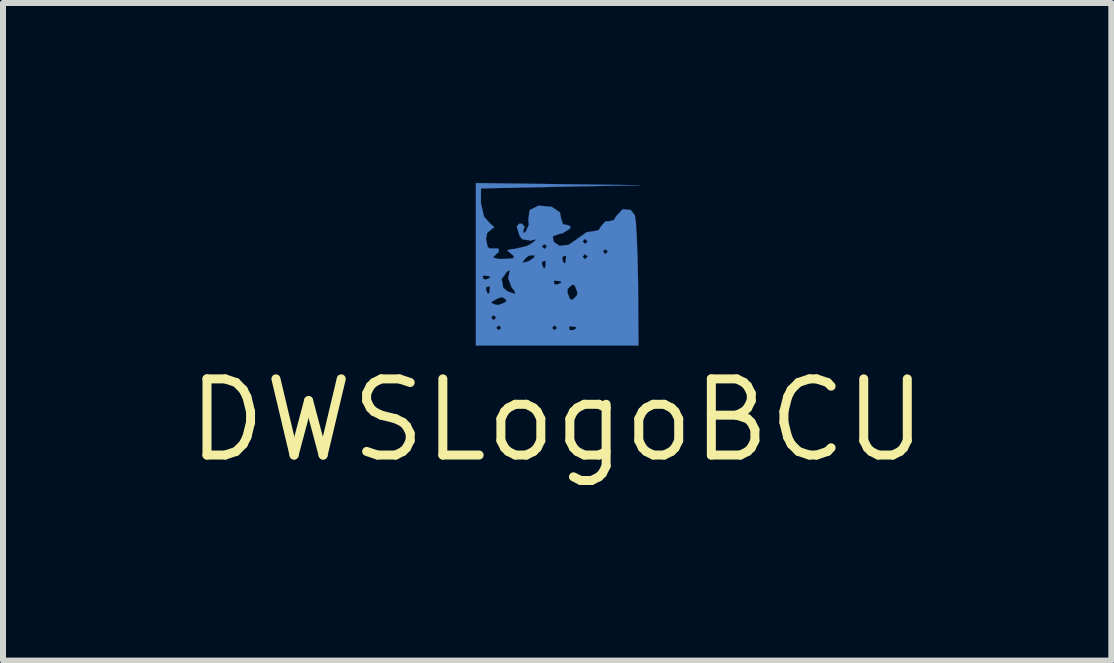
<source format=kicad_pcb>
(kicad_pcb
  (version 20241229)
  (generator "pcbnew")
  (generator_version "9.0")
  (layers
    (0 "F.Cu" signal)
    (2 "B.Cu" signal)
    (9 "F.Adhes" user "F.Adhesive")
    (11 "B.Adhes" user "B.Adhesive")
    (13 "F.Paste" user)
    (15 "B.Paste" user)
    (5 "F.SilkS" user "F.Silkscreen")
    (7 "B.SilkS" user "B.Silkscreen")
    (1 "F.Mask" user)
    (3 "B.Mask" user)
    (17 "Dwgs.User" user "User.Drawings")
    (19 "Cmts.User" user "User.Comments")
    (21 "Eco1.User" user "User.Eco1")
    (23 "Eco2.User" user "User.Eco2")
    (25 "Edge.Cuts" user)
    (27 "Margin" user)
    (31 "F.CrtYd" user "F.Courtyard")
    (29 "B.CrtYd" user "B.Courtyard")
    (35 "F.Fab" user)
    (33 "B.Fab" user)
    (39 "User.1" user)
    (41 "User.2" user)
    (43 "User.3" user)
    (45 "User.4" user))
  (footprint "DWSLogoBCU"
    (layer "F.Cu")
    (at 6.236 1.355)
    (property "Reference" "DWSLogoBCU" (at 0 2.6 0) (layer "F.SilkS") (effects (font (size 1.27 1.27) (thickness 0.15))))
    (fp_poly (pts (xy 1.397 -1.318) (xy 0.064 -1.293) (xy -1.27 -1.265) (xy -1.27 -1.019) (xy -1.219 -0.795) (xy -1.123 -0.686) (xy -1.046 -0.617) (xy -1.079 -0.597) (xy -1.166 -0.523) (xy -1.186 -0.424) (xy -1.158 -0.29) (xy -1.123 -0.264) (xy -0.978 -0.264) (xy -0.97 -0.208) (xy -1.016 -0.17) (xy -1.069 -0.112) (xy -0.978 -0.089) (xy -0.889 -0.089) (xy -0.729 -0.099) (xy -0.724 -0.14) (xy -0.762 -0.17) (xy -0.833 -0.234) (xy -0.752 -0.254) (xy -0.719 -0.254) (xy -0.511 -0.302) (xy -0.424 -0.348) (xy -0.345 -0.414) (xy -0.411 -0.404) (xy -0.437 -0.394) (xy -0.582 -0.417) (xy -0.627 -0.478) (xy -0.673 -0.627) (xy -0.635 -0.676) (xy -0.589 -0.678) (xy -0.541 -0.625) (xy -0.559 -0.579) (xy -0.569 -0.521) (xy -0.528 -0.538) (xy -0.472 -0.655) (xy -0.48 -0.752) (xy -0.457 -0.904) (xy -0.31 -0.978) (xy -0.091 -0.958) (xy 0.046 -0.866) (xy 0.064 -0.772) (xy 0.097 -0.668) (xy 0.155 -0.658) (xy 0.224 -0.632) (xy 0.213 -0.594) (xy 0.089 -0.516) (xy 0.038 -0.508) (xy -0.074 -0.465) (xy -0.056 -0.373) (xy 0.043 -0.307) (xy 0.193 -0.325) (xy 0.343 -0.429) (xy 0.493 -0.536) (xy 0.597 -0.549) (xy 0.691 -0.569) (xy 0.729 -0.63) (xy 0.808 -0.719) (xy 0.856 -0.714) (xy 0.945 -0.737) (xy 0.983 -0.8) (xy 1.09 -0.917) (xy 1.224 -0.907) (xy 1.295 -0.818) (xy 1.313 -0.691) (xy 1.328 -0.434) (xy 1.341 -0.084) (xy 1.349 0.325) (xy 1.356 1.354) (xy 0.846 1.354) (xy 0.846 -0.211) (xy 0.805 -0.254) (xy 0.762 -0.211) (xy 0.805 -0.17) (xy 0.846 -0.211) (xy 0.846 1.354) (xy 0.508 1.354) (xy 0.508 -0.127) (xy 0.508 -0.381) (xy 0.465 -0.424) (xy 0.424 -0.381) (xy 0.465 -0.338) (xy 0.508 -0.381) (xy 0.508 -0.127) (xy 0.465 -0.17) (xy 0.424 -0.127) (xy 0.465 -0.084) (xy 0.508 -0.127) (xy 0.508 1.354) (xy 0.338 1.354) (xy 0.338 0.465) (xy 0.292 0.353) (xy 0.254 0.338) (xy 0.178 0.406) (xy 0.17 0.465) (xy 0.213 0.579) (xy 0.254 0.592) (xy 0.328 0.523) (xy 0.338 0.465) (xy 0.338 1.354) (xy 0.323 1.354) (xy 0.323 1.069) (xy 0.31 1.044) (xy 0.208 1.034) (xy 0.198 1.044) (xy 0.208 1.095) (xy 0.254 1.1) (xy 0.323 1.069) (xy 0.323 1.354) (xy 0.15 1.354) (xy 0.15 -0.13) (xy 0.14 -0.142) (xy 0.091 -0.13) (xy 0.084 -0.084) (xy 0.114 -0.015) (xy 0.14 -0.028) (xy 0.15 -0.13) (xy 0.15 1.354) (xy 0.069 1.354) (xy 0.069 0.307) (xy 0.056 0.282) (xy -0.046 0.272) (xy -0.056 0.282) (xy -0.046 0.333) (xy 0 0.338) (xy 0.069 0.307) (xy 0.069 1.354) (xy 0 1.354) (xy 0 1.059) (xy -0.043 1.016) (xy -0.084 1.059) (xy -0.043 1.1) (xy 0 1.059) (xy 0 1.354) (xy -0.17 1.354) (xy -0.17 -0.297) (xy -0.211 -0.338) (xy -0.254 -0.297) (xy -0.211 -0.254) (xy -0.17 -0.297) (xy -0.17 1.354) (xy -0.188 1.354) (xy -0.188 -0.046) (xy -0.198 -0.056) (xy -0.249 -0.046) (xy -0.254 0) (xy -0.224 0.069) (xy -0.198 0.056) (xy -0.188 -0.046) (xy -0.188 1.354) (xy -0.378 1.354) (xy -0.378 -0.152) (xy -0.47 -0.145) (xy -0.531 -0.097) (xy -0.584 -0.025) (xy -0.5 -0.043) (xy -0.483 -0.048) (xy -0.381 -0.114) (xy -0.378 -0.152) (xy -0.378 1.354) (xy -0.699 1.354) (xy -0.699 0.495) (xy -0.706 0.45) (xy -0.759 0.384) (xy -0.815 0.234) (xy -0.8 0.16) (xy -0.785 0.097) (xy -0.833 0.119) (xy -0.925 0.246) (xy -0.899 0.391) (xy -0.826 0.452) (xy -0.699 0.495) (xy -0.699 1.354) (xy -0.846 1.354) (xy -0.846 0.594) (xy -0.909 0.549) (xy -0.973 0.561) (xy -1.085 0.622) (xy -1.1 0.643) (xy -1.031 0.673) (xy -0.973 0.678) (xy -0.861 0.632) (xy -0.846 0.594) (xy -0.846 1.354) (xy -0.932 1.354) (xy -0.932 1.059) (xy -0.973 1.016) (xy -1.016 1.059) (xy -1.016 0.889) (xy -1.059 0.846) (xy -1.1 0.889) (xy -1.059 0.932) (xy -1.016 0.889) (xy -1.016 1.059) (xy -0.973 1.1) (xy -0.932 1.059) (xy -0.932 1.354) (xy -1.115 1.354) (xy -1.115 0.224) (xy -1.13 0.198) (xy -1.229 0.188) (xy -1.242 0.198) (xy -1.229 0.246) (xy -1.186 0.254) (xy -1.115 0.224) (xy -1.115 1.354) (xy -1.12 1.354) (xy -1.12 0.378) (xy -1.13 0.366) (xy -1.179 0.378) (xy -1.186 0.424) (xy -1.156 0.493) (xy -1.13 0.48) (xy -1.12 0.378) (xy -1.12 1.354) (xy -1.354 1.354) (xy -1.354 0) (xy -1.354 -1.354) (xy 0.02 -1.336) (xy 1.397 -1.318)) (stroke (width 0.003) (type solid)) (fill yes) (layer "B.Cu")))
  (gr_rect
    (start -3 -3)
    (end 15.473 7.961)
    (stroke (width 0.1) (type default))
    (fill no)
    (layer "Edge.Cuts")))
</source>
